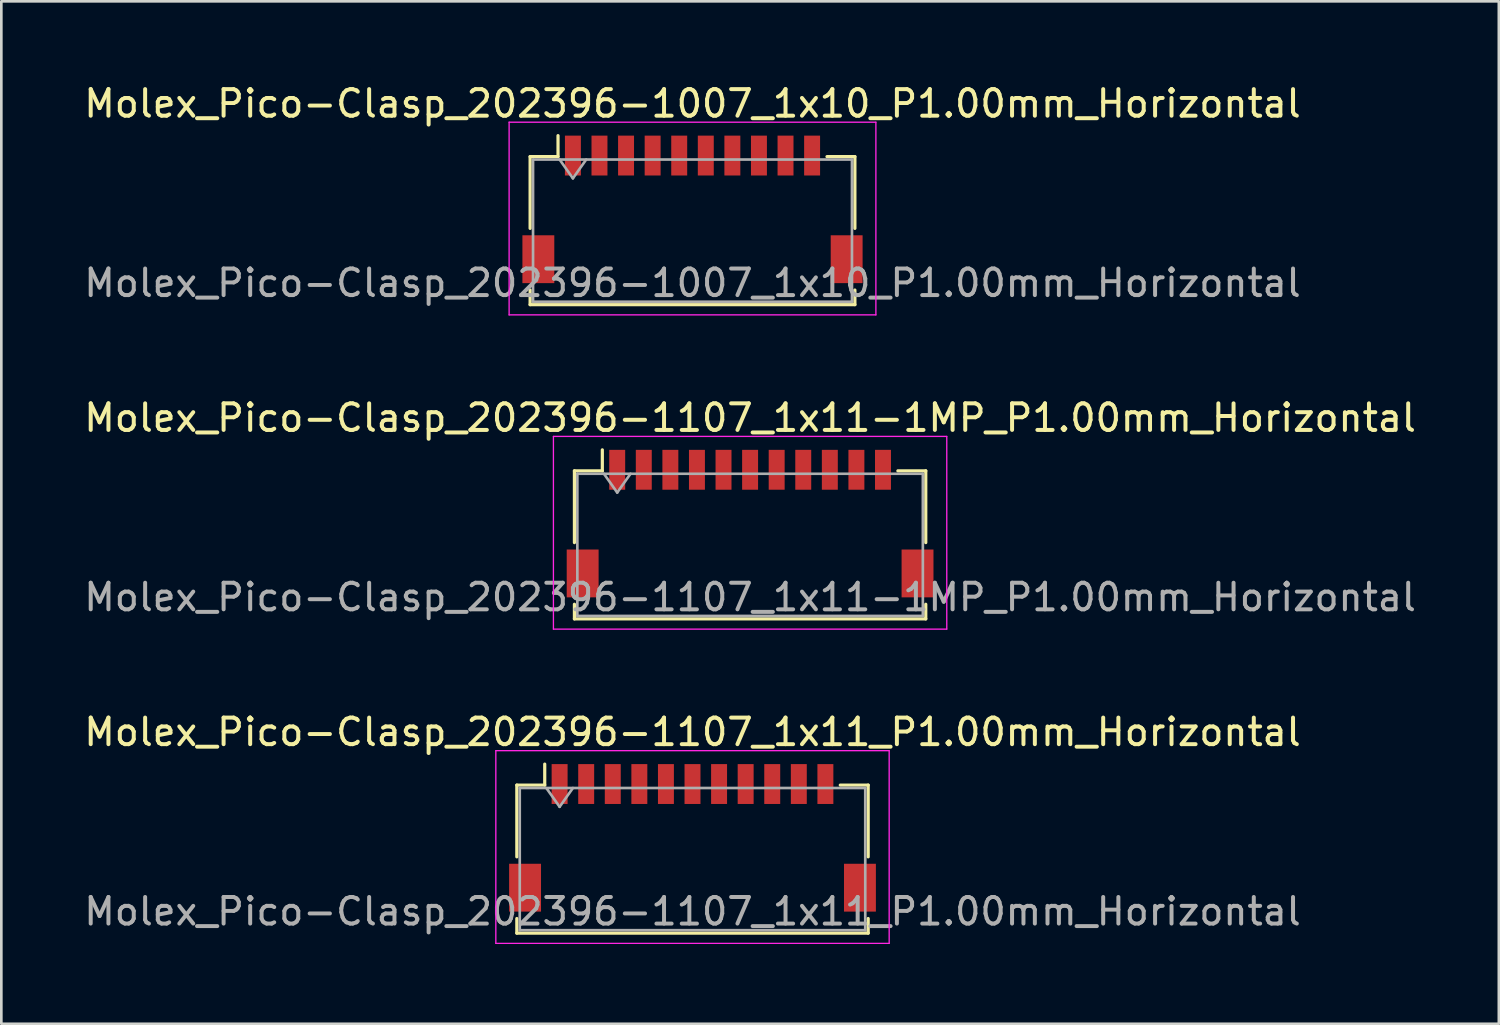
<source format=kicad_pcb>
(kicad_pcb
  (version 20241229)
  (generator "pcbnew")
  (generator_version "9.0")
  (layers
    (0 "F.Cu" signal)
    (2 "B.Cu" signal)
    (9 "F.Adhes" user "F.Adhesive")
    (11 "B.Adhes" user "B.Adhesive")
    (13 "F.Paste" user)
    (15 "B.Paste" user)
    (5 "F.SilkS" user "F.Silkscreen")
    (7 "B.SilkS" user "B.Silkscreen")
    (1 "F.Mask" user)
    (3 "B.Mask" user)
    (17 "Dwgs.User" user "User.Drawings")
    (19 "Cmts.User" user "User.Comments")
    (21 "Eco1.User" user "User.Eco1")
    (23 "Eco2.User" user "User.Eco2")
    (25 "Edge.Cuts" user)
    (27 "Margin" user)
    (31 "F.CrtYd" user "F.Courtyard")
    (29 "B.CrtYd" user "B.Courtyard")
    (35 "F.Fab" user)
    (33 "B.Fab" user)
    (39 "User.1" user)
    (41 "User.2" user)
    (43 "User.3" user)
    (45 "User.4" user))
  (footprint "Molex_Pico-Clasp_202396-1107_1x11_P1.00mm_Horizontal"
    (layer "F.Cu")
    (at 23.006 28.475)
    (property "Reference" "Molex_Pico-Clasp_202396-1107_1x11_P1.00mm_Horizontal" (at 0 -3.98 0) (layer "F.SilkS") (effects (font (size 1 1) (thickness 0.15))))
    (attr smd)
    (fp_line (start -6.61 -1.985) (end -5.56 -1.985) (stroke (width 0.12) (type solid)) (layer "F.SilkS"))
    (fp_line (start -6.61 0.715) (end -6.61 -1.985) (stroke (width 0.12) (type solid)) (layer "F.SilkS"))
    (fp_line (start -6.61 3.035) (end -6.61 3.585) (stroke (width 0.12) (type solid)) (layer "F.SilkS"))
    (fp_line (start -6.61 3.585) (end 6.61 3.585) (stroke (width 0.12) (type solid)) (layer "F.SilkS"))
    (fp_line (start -5.56 -1.985) (end -5.56 -2.775) (stroke (width 0.12) (type solid)) (layer "F.SilkS"))
    (fp_line (start 6.61 -1.985) (end 5.56 -1.985) (stroke (width 0.12) (type solid)) (layer "F.SilkS"))
    (fp_line (start 6.61 0.715) (end 6.61 -1.985) (stroke (width 0.12) (type solid)) (layer "F.SilkS"))
    (fp_line (start 6.61 3.585) (end 6.61 3.035) (stroke (width 0.12) (type solid)) (layer "F.SilkS"))
    (fp_line (start -7.4 -3.28) (end -7.4 3.97) (stroke (width 0.05) (type solid)) (layer "F.CrtYd"))
    (fp_line (start -7.4 3.97) (end 7.4 3.97) (stroke (width 0.05) (type solid)) (layer "F.CrtYd"))
    (fp_line (start 7.4 -3.28) (end -7.4 -3.28) (stroke (width 0.05) (type solid)) (layer "F.CrtYd"))
    (fp_line (start 7.4 3.97) (end 7.4 -3.28) (stroke (width 0.05) (type solid)) (layer "F.CrtYd"))
    (fp_line (start -6.5 -1.875) (end -6.5 3.475) (stroke (width 0.1) (type solid)) (layer "F.Fab"))
    (fp_line (start -6.5 -1.875) (end 6.5 -1.875) (stroke (width 0.1) (type solid)) (layer "F.Fab"))
    (fp_line (start -6.5 3.475) (end 6.5 3.475) (stroke (width 0.1) (type solid)) (layer "F.Fab"))
    (fp_line (start -5.5 -1.875) (end -5 -1.168) (stroke (width 0.1) (type solid)) (layer "F.Fab"))
    (fp_line (start -5 -1.168) (end -4.5 -1.875) (stroke (width 0.1) (type solid)) (layer "F.Fab"))
    (fp_line (start 6.5 -1.875) (end 6.5 3.475) (stroke (width 0.1) (type solid)) (layer "F.Fab"))
    (fp_text user "${REFERENCE}" (at 0 2.77 0) (layer "F.Fab") (effects (font (size 1 1) (thickness 0.15))))
    (pad "" smd rect (at -6.3 1.875) (size 1.2 1.8) (layers "F.Cu" "F.Mask" "F.Paste"))
    (pad "" smd rect (at 6.3 1.875) (size 1.2 1.8) (layers "F.Cu" "F.Mask" "F.Paste"))
    (pad "1" smd rect (at -5 -2.025) (size 0.6 1.5) (layers "F.Cu" "F.Mask" "F.Paste"))
    (pad "2" smd rect (at -4 -2.025) (size 0.6 1.5) (layers "F.Cu" "F.Mask" "F.Paste"))
    (pad "3" smd rect (at -3 -2.025) (size 0.6 1.5) (layers "F.Cu" "F.Mask" "F.Paste"))
    (pad "4" smd rect (at -2 -2.025) (size 0.6 1.5) (layers "F.Cu" "F.Mask" "F.Paste"))
    (pad "5" smd rect (at -1 -2.025) (size 0.6 1.5) (layers "F.Cu" "F.Mask" "F.Paste"))
    (pad "6" smd rect (at 0 -2.025) (size 0.6 1.5) (layers "F.Cu" "F.Mask" "F.Paste"))
    (pad "7" smd rect (at 1 -2.025) (size 0.6 1.5) (layers "F.Cu" "F.Mask" "F.Paste"))
    (pad "8" smd rect (at 2 -2.025) (size 0.6 1.5) (layers "F.Cu" "F.Mask" "F.Paste"))
    (pad "9" smd rect (at 3 -2.025) (size 0.6 1.5) (layers "F.Cu" "F.Mask" "F.Paste"))
    (pad "10" smd rect (at 4 -2.025) (size 0.6 1.5) (layers "F.Cu" "F.Mask" "F.Paste"))
    (pad "11" smd rect (at 5 -2.025) (size 0.6 1.5) (layers "F.Cu" "F.Mask" "F.Paste")))
  (footprint "Molex_Pico-Clasp_202396-1107_1x11-1MP_P1.00mm_Horizontal"
    (layer "F.Cu")
    (at 25.173 16.651)
    (property "Reference" "Molex_Pico-Clasp_202396-1107_1x11-1MP_P1.00mm_Horizontal" (at 0 -3.98 0) (layer "F.SilkS") (effects (font (size 1 1) (thickness 0.15))))
    (attr smd)
    (fp_line (start -6.61 -1.985) (end -5.56 -1.985) (stroke (width 0.12) (type solid)) (layer "F.SilkS"))
    (fp_line (start -6.61 0.715) (end -6.61 -1.985) (stroke (width 0.12) (type solid)) (layer "F.SilkS"))
    (fp_line (start -6.61 3.035) (end -6.61 3.585) (stroke (width 0.12) (type solid)) (layer "F.SilkS"))
    (fp_line (start -6.61 3.585) (end 6.61 3.585) (stroke (width 0.12) (type solid)) (layer "F.SilkS"))
    (fp_line (start -5.56 -1.985) (end -5.56 -2.775) (stroke (width 0.12) (type solid)) (layer "F.SilkS"))
    (fp_line (start 6.61 -1.985) (end 5.56 -1.985) (stroke (width 0.12) (type solid)) (layer "F.SilkS"))
    (fp_line (start 6.61 0.715) (end 6.61 -1.985) (stroke (width 0.12) (type solid)) (layer "F.SilkS"))
    (fp_line (start 6.61 3.585) (end 6.61 3.035) (stroke (width 0.12) (type solid)) (layer "F.SilkS"))
    (fp_line (start -7.4 -3.28) (end -7.4 3.97) (stroke (width 0.05) (type solid)) (layer "F.CrtYd"))
    (fp_line (start -7.4 3.97) (end 7.4 3.97) (stroke (width 0.05) (type solid)) (layer "F.CrtYd"))
    (fp_line (start 7.4 -3.28) (end -7.4 -3.28) (stroke (width 0.05) (type solid)) (layer "F.CrtYd"))
    (fp_line (start 7.4 3.97) (end 7.4 -3.28) (stroke (width 0.05) (type solid)) (layer "F.CrtYd"))
    (fp_line (start -6.5 -1.875) (end -6.5 3.475) (stroke (width 0.1) (type solid)) (layer "F.Fab"))
    (fp_line (start -6.5 -1.875) (end 6.5 -1.875) (stroke (width 0.1) (type solid)) (layer "F.Fab"))
    (fp_line (start -6.5 3.475) (end 6.5 3.475) (stroke (width 0.1) (type solid)) (layer "F.Fab"))
    (fp_line (start -5.5 -1.875) (end -5 -1.168) (stroke (width 0.1) (type solid)) (layer "F.Fab"))
    (fp_line (start -5 -1.168) (end -4.5 -1.875) (stroke (width 0.1) (type solid)) (layer "F.Fab"))
    (fp_line (start 6.5 -1.875) (end 6.5 3.475) (stroke (width 0.1) (type solid)) (layer "F.Fab"))
    (fp_text user "${REFERENCE}" (at 0 2.77 0) (layer "F.Fab") (effects (font (size 1 1) (thickness 0.15))))
    (pad "1" smd rect (at -5 -2.025) (size 0.6 1.5) (layers "F.Cu" "F.Mask" "F.Paste"))
    (pad "2" smd rect (at -4 -2.025) (size 0.6 1.5) (layers "F.Cu" "F.Mask" "F.Paste"))
    (pad "3" smd rect (at -3 -2.025) (size 0.6 1.5) (layers "F.Cu" "F.Mask" "F.Paste"))
    (pad "4" smd rect (at -2 -2.025) (size 0.6 1.5) (layers "F.Cu" "F.Mask" "F.Paste"))
    (pad "5" smd rect (at -1 -2.025) (size 0.6 1.5) (layers "F.Cu" "F.Mask" "F.Paste"))
    (pad "6" smd rect (at 0 -2.025) (size 0.6 1.5) (layers "F.Cu" "F.Mask" "F.Paste"))
    (pad "7" smd rect (at 1 -2.025) (size 0.6 1.5) (layers "F.Cu" "F.Mask" "F.Paste"))
    (pad "8" smd rect (at 2 -2.025) (size 0.6 1.5) (layers "F.Cu" "F.Mask" "F.Paste"))
    (pad "9" smd rect (at 3 -2.025) (size 0.6 1.5) (layers "F.Cu" "F.Mask" "F.Paste"))
    (pad "10" smd rect (at 4 -2.025) (size 0.6 1.5) (layers "F.Cu" "F.Mask" "F.Paste"))
    (pad "11" smd rect (at 5 -2.025) (size 0.6 1.5) (layers "F.Cu" "F.Mask" "F.Paste"))
    (pad "MP" smd rect (at -6.3 1.875) (size 1.2 1.8) (layers "F.Cu" "F.Mask" "F.Paste"))
    (pad "MP" smd rect (at 6.3 1.875) (size 1.2 1.8) (layers "F.Cu" "F.Mask" "F.Paste")))
  (footprint "Molex_Pico-Clasp_202396-1007_1x10_P1.00mm_Horizontal"
    (layer "F.Cu")
    (at 23.006 4.828)
    (property "Reference" "Molex_Pico-Clasp_202396-1007_1x10_P1.00mm_Horizontal" (at 0 -3.98 0) (layer "F.SilkS") (effects (font (size 1 1) (thickness 0.15))))
    (attr smd)
    (fp_line (start -6.11 -1.985) (end -5.06 -1.985) (stroke (width 0.12) (type solid)) (layer "F.SilkS"))
    (fp_line (start -6.11 0.715) (end -6.11 -1.985) (stroke (width 0.12) (type solid)) (layer "F.SilkS"))
    (fp_line (start -6.11 3.035) (end -6.11 3.585) (stroke (width 0.12) (type solid)) (layer "F.SilkS"))
    (fp_line (start -6.11 3.585) (end 6.11 3.585) (stroke (width 0.12) (type solid)) (layer "F.SilkS"))
    (fp_line (start -5.06 -1.985) (end -5.06 -2.775) (stroke (width 0.12) (type solid)) (layer "F.SilkS"))
    (fp_line (start 6.11 -1.985) (end 5.06 -1.985) (stroke (width 0.12) (type solid)) (layer "F.SilkS"))
    (fp_line (start 6.11 0.715) (end 6.11 -1.985) (stroke (width 0.12) (type solid)) (layer "F.SilkS"))
    (fp_line (start 6.11 3.585) (end 6.11 3.035) (stroke (width 0.12) (type solid)) (layer "F.SilkS"))
    (fp_line (start -6.9 -3.28) (end -6.9 3.97) (stroke (width 0.05) (type solid)) (layer "F.CrtYd"))
    (fp_line (start -6.9 3.97) (end 6.9 3.97) (stroke (width 0.05) (type solid)) (layer "F.CrtYd"))
    (fp_line (start 6.9 -3.28) (end -6.9 -3.28) (stroke (width 0.05) (type solid)) (layer "F.CrtYd"))
    (fp_line (start 6.9 3.97) (end 6.9 -3.28) (stroke (width 0.05) (type solid)) (layer "F.CrtYd"))
    (fp_line (start -6 -1.875) (end -6 3.475) (stroke (width 0.1) (type solid)) (layer "F.Fab"))
    (fp_line (start -6 -1.875) (end 6 -1.875) (stroke (width 0.1) (type solid)) (layer "F.Fab"))
    (fp_line (start -6 3.475) (end 6 3.475) (stroke (width 0.1) (type solid)) (layer "F.Fab"))
    (fp_line (start -5 -1.875) (end -4.5 -1.168) (stroke (width 0.1) (type solid)) (layer "F.Fab"))
    (fp_line (start -4.5 -1.168) (end -4 -1.875) (stroke (width 0.1) (type solid)) (layer "F.Fab"))
    (fp_line (start 6 -1.875) (end 6 3.475) (stroke (width 0.1) (type solid)) (layer "F.Fab"))
    (fp_text user "${REFERENCE}" (at 0 2.77 0) (layer "F.Fab") (effects (font (size 1 1) (thickness 0.15))))
    (pad "" smd rect (at -5.8 1.875) (size 1.2 1.8) (layers "F.Cu" "F.Mask" "F.Paste"))
    (pad "" smd rect (at 5.8 1.875) (size 1.2 1.8) (layers "F.Cu" "F.Mask" "F.Paste"))
    (pad "1" smd rect (at -4.5 -2.025) (size 0.6 1.5) (layers "F.Cu" "F.Mask" "F.Paste"))
    (pad "2" smd rect (at -3.5 -2.025) (size 0.6 1.5) (layers "F.Cu" "F.Mask" "F.Paste"))
    (pad "3" smd rect (at -2.5 -2.025) (size 0.6 1.5) (layers "F.Cu" "F.Mask" "F.Paste"))
    (pad "4" smd rect (at -1.5 -2.025) (size 0.6 1.5) (layers "F.Cu" "F.Mask" "F.Paste"))
    (pad "5" smd rect (at -0.5 -2.025) (size 0.6 1.5) (layers "F.Cu" "F.Mask" "F.Paste"))
    (pad "6" smd rect (at 0.5 -2.025) (size 0.6 1.5) (layers "F.Cu" "F.Mask" "F.Paste"))
    (pad "7" smd rect (at 1.5 -2.025) (size 0.6 1.5) (layers "F.Cu" "F.Mask" "F.Paste"))
    (pad "8" smd rect (at 2.5 -2.025) (size 0.6 1.5) (layers "F.Cu" "F.Mask" "F.Paste"))
    (pad "9" smd rect (at 3.5 -2.025) (size 0.6 1.5) (layers "F.Cu" "F.Mask" "F.Paste"))
    (pad "10" smd rect (at 4.5 -2.025) (size 0.6 1.5) (layers "F.Cu" "F.Mask" "F.Paste")))
  (gr_rect
    (start -3 -3)
    (end 53.345 35.47)
    (stroke (width 0.1) (type default))
    (fill no)
    (layer "Edge.Cuts")))
</source>
